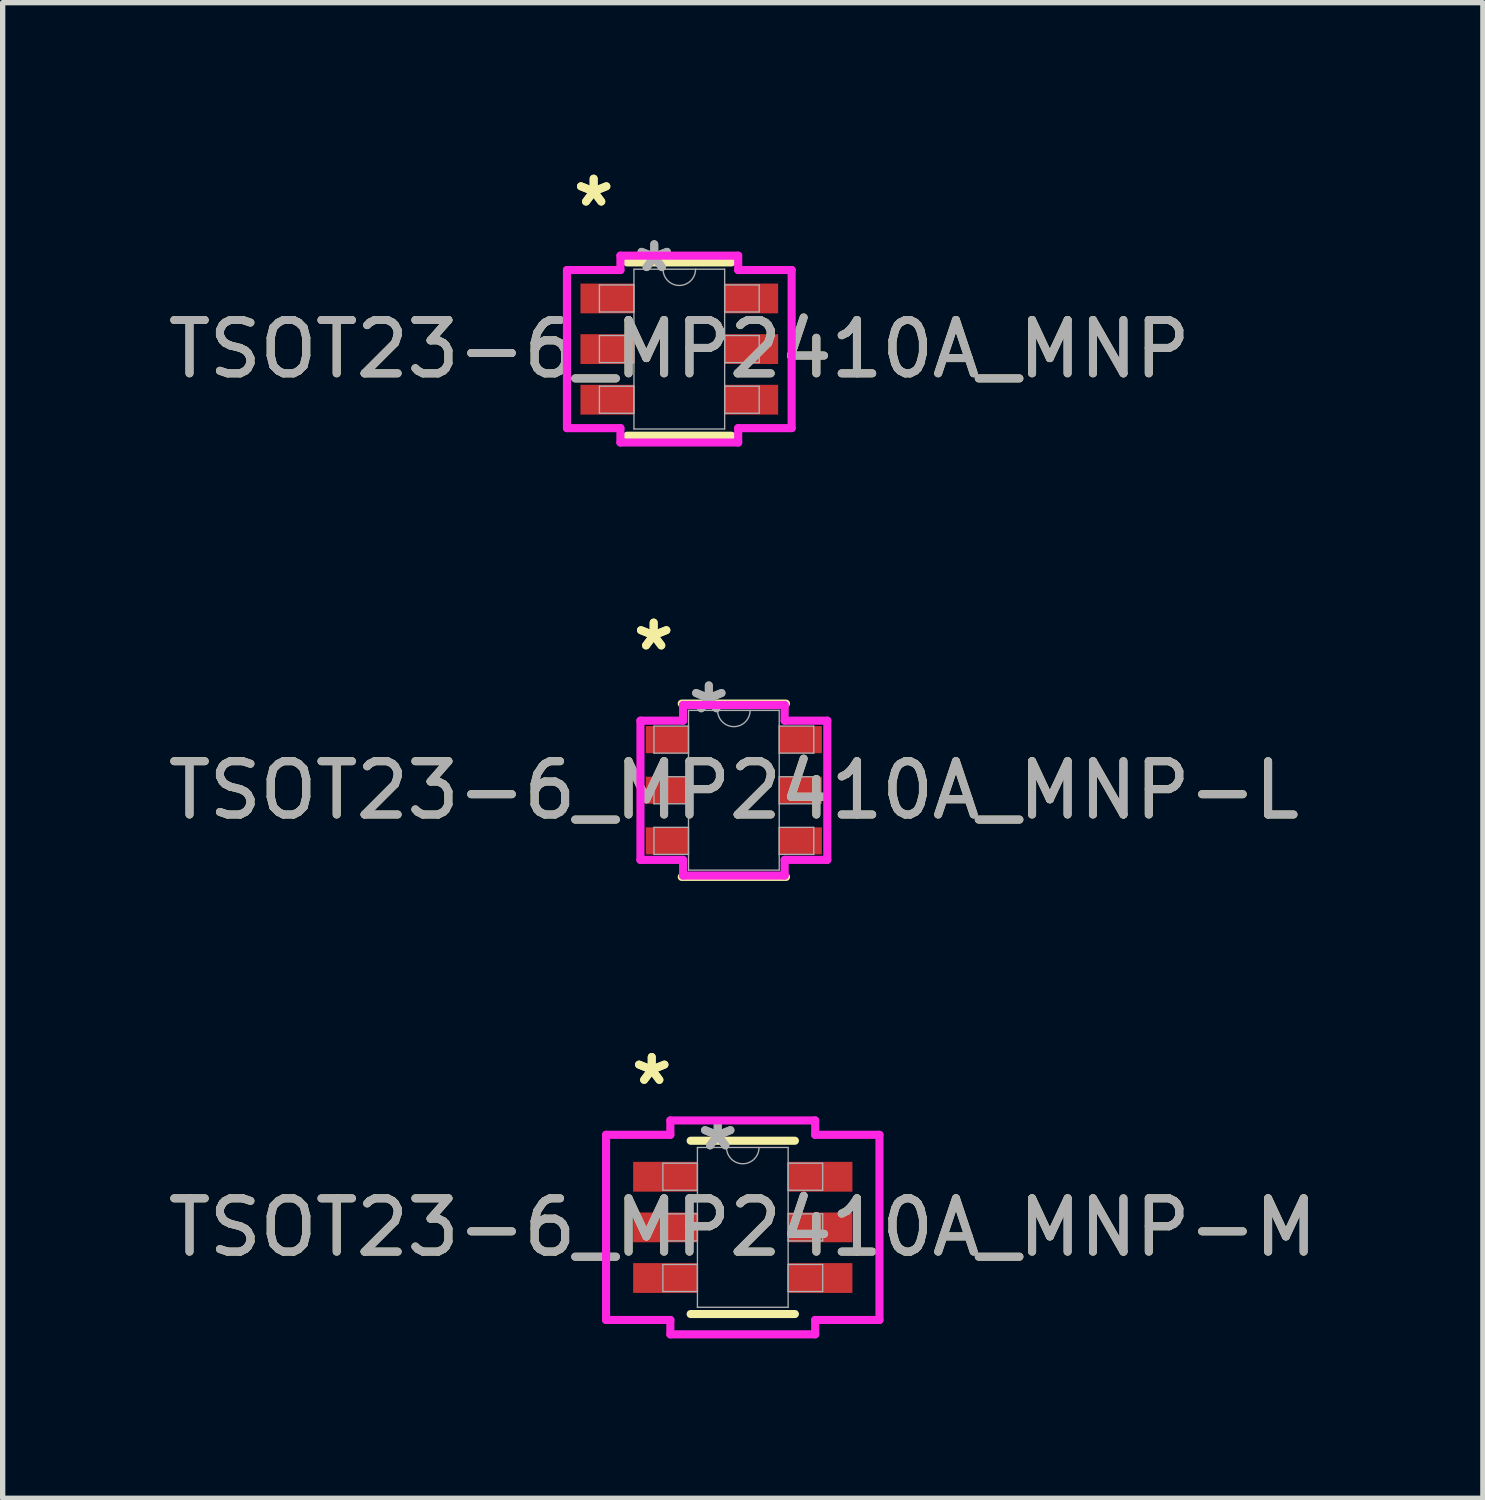
<source format=kicad_pcb>
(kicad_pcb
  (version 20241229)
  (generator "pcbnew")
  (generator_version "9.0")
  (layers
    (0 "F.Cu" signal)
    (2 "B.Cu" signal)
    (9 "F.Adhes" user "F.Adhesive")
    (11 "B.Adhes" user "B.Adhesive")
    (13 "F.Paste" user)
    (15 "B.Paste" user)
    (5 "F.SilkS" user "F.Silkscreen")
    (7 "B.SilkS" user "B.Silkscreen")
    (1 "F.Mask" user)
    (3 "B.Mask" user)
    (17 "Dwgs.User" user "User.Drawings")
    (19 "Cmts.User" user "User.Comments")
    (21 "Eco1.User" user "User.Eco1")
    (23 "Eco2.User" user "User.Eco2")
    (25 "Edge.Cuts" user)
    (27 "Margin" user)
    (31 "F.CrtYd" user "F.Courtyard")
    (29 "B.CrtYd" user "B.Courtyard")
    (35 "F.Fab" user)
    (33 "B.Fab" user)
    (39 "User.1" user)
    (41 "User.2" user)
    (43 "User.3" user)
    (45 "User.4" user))
  (footprint "TSOT23-6_MP2410A_MNP"
    (layer "F.Cu")
    (at 9.696 3.5)
    (property "Reference" "TSOT23-6_MP2410A_MNP" (at 0 0 0) (unlocked yes) (layer "F.SilkS") (effects (font (size 1 1) (thickness 0.15))))
    (attr smd)
    (fp_line (start -0.978 1.626) (end 0.978 1.626) (stroke (width 0.152) (type solid)) (layer "F.SilkS"))
    (fp_line (start 0.978 -1.626) (end -0.978 -1.626) (stroke (width 0.152) (type solid)) (layer "F.SilkS"))
    (fp_line (start -2.108 -1.483) (end -1.105 -1.483) (stroke (width 0.152) (type solid)) (layer "F.CrtYd"))
    (fp_line (start -2.108 1.483) (end -2.108 -1.483) (stroke (width 0.152) (type solid)) (layer "F.CrtYd"))
    (fp_line (start -2.108 1.483) (end -1.105 1.483) (stroke (width 0.152) (type solid)) (layer "F.CrtYd"))
    (fp_line (start -1.105 -1.753) (end 1.105 -1.753) (stroke (width 0.152) (type solid)) (layer "F.CrtYd"))
    (fp_line (start -1.105 -1.483) (end -1.105 -1.753) (stroke (width 0.152) (type solid)) (layer "F.CrtYd"))
    (fp_line (start -1.105 1.753) (end -1.105 1.483) (stroke (width 0.152) (type solid)) (layer "F.CrtYd"))
    (fp_line (start 1.105 -1.753) (end 1.105 -1.483) (stroke (width 0.152) (type solid)) (layer "F.CrtYd"))
    (fp_line (start 1.105 1.483) (end 1.105 1.753) (stroke (width 0.152) (type solid)) (layer "F.CrtYd"))
    (fp_line (start 1.105 1.753) (end -1.105 1.753) (stroke (width 0.152) (type solid)) (layer "F.CrtYd"))
    (fp_line (start 2.108 -1.483) (end 1.105 -1.483) (stroke (width 0.152) (type solid)) (layer "F.CrtYd"))
    (fp_line (start 2.108 -1.483) (end 2.108 1.483) (stroke (width 0.152) (type solid)) (layer "F.CrtYd"))
    (fp_line (start 2.108 1.483) (end 1.105 1.483) (stroke (width 0.152) (type solid)) (layer "F.CrtYd"))
    (fp_line (start -1.499 -1.204) (end -1.499 -0.696) (stroke (width 0.025) (type solid)) (layer "F.Fab"))
    (fp_line (start -1.499 -0.696) (end -0.851 -0.696) (stroke (width 0.025) (type solid)) (layer "F.Fab"))
    (fp_line (start -1.499 -0.254) (end -1.499 0.254) (stroke (width 0.025) (type solid)) (layer "F.Fab"))
    (fp_line (start -1.499 0.254) (end -0.851 0.254) (stroke (width 0.025) (type solid)) (layer "F.Fab"))
    (fp_line (start -1.499 0.696) (end -1.499 1.204) (stroke (width 0.025) (type solid)) (layer "F.Fab"))
    (fp_line (start -1.499 1.204) (end -0.851 1.204) (stroke (width 0.025) (type solid)) (layer "F.Fab"))
    (fp_line (start -0.851 -1.499) (end -0.851 1.499) (stroke (width 0.025) (type solid)) (layer "F.Fab"))
    (fp_line (start -0.851 -1.204) (end -1.499 -1.204) (stroke (width 0.025) (type solid)) (layer "F.Fab"))
    (fp_line (start -0.851 -0.696) (end -0.851 -1.204) (stroke (width 0.025) (type solid)) (layer "F.Fab"))
    (fp_line (start -0.851 -0.254) (end -1.499 -0.254) (stroke (width 0.025) (type solid)) (layer "F.Fab"))
    (fp_line (start -0.851 0.254) (end -0.851 -0.254) (stroke (width 0.025) (type solid)) (layer "F.Fab"))
    (fp_line (start -0.851 0.696) (end -1.499 0.696) (stroke (width 0.025) (type solid)) (layer "F.Fab"))
    (fp_line (start -0.851 1.204) (end -0.851 0.696) (stroke (width 0.025) (type solid)) (layer "F.Fab"))
    (fp_line (start -0.851 1.499) (end 0.851 1.499) (stroke (width 0.025) (type solid)) (layer "F.Fab"))
    (fp_line (start 0.851 -1.499) (end -0.851 -1.499) (stroke (width 0.025) (type solid)) (layer "F.Fab"))
    (fp_line (start 0.851 -1.204) (end 0.851 -0.696) (stroke (width 0.025) (type solid)) (layer "F.Fab"))
    (fp_line (start 0.851 -0.696) (end 1.499 -0.696) (stroke (width 0.025) (type solid)) (layer "F.Fab"))
    (fp_line (start 0.851 -0.254) (end 0.851 0.254) (stroke (width 0.025) (type solid)) (layer "F.Fab"))
    (fp_line (start 0.851 0.254) (end 1.499 0.254) (stroke (width 0.025) (type solid)) (layer "F.Fab"))
    (fp_line (start 0.851 0.696) (end 0.851 1.204) (stroke (width 0.025) (type solid)) (layer "F.Fab"))
    (fp_line (start 0.851 1.204) (end 1.499 1.204) (stroke (width 0.025) (type solid)) (layer "F.Fab"))
    (fp_line (start 0.851 1.499) (end 0.851 -1.499) (stroke (width 0.025) (type solid)) (layer "F.Fab"))
    (fp_line (start 1.499 -1.204) (end 0.851 -1.204) (stroke (width 0.025) (type solid)) (layer "F.Fab"))
    (fp_line (start 1.499 -0.696) (end 1.499 -1.204) (stroke (width 0.025) (type solid)) (layer "F.Fab"))
    (fp_line (start 1.499 -0.254) (end 0.851 -0.254) (stroke (width 0.025) (type solid)) (layer "F.Fab"))
    (fp_line (start 1.499 0.254) (end 1.499 -0.254) (stroke (width 0.025) (type solid)) (layer "F.Fab"))
    (fp_line (start 1.499 0.696) (end 0.851 0.696) (stroke (width 0.025) (type solid)) (layer "F.Fab"))
    (fp_line (start 1.499 1.204) (end 1.499 0.696) (stroke (width 0.025) (type solid)) (layer "F.Fab"))
    (fp_arc (start 0.3048 -1.4986) (mid 0 -1.1938) (end -0.3048 -1.4986) (stroke (width 0.0254) (type solid)) (layer "F.Fab"))
    (fp_text user "*" (at -1.607 -2.652 0) (unlocked yes) (layer "F.SilkS") (effects (font (size 1 1) (thickness 0.15))))
    (fp_text user "*" (at -1.607 -2.652 0) (layer "F.SilkS") (effects (font (size 1 1) (thickness 0.15))))
    (fp_text user "*" (at -0.47 -1.422 0) (unlocked yes) (layer "F.Fab") (effects (font (size 1 1) (thickness 0.15))))
    (fp_text user "*" (at -0.47 -1.422 0) (layer "F.Fab") (effects (font (size 1 1) (thickness 0.15))))
    (fp_text user "${REFERENCE}" (at 0 0 0) (unlocked yes) (layer "F.Fab") (effects (font (size 1 1) (thickness 0.15))))
    (pad "1" smd rect (at -1.353 -0.95) (size 1.003 0.559) (layers "F.Cu" "F.Mask" "F.Paste"))
    (pad "2" smd rect (at -1.353 0) (size 1.003 0.559) (layers "F.Cu" "F.Mask" "F.Paste"))
    (pad "3" smd rect (at -1.353 0.95) (size 1.003 0.559) (layers "F.Cu" "F.Mask" "F.Paste"))
    (pad "4" smd rect (at 1.353 0.95) (size 1.003 0.559) (layers "F.Cu" "F.Mask" "F.Paste"))
    (pad "5" smd rect (at 1.353 0) (size 1.003 0.559) (layers "F.Cu" "F.Mask" "F.Paste"))
    (pad "6" smd rect (at 1.353 -0.95) (size 1.003 0.559) (layers "F.Cu" "F.Mask" "F.Paste")))
  (footprint "TSOT23-6_MP2410A_MNP-L"
    (layer "F.Cu")
    (at 10.72 11.778)
    (property "Reference" "TSOT23-6_MP2410A_MNP-L" (at 0 0 0) (unlocked yes) (layer "F.SilkS") (effects (font (size 1 1) (thickness 0.15))))
    (attr smd)
    (fp_line (start -0.978 1.626) (end 0.978 1.626) (stroke (width 0.152) (type solid)) (layer "F.SilkS"))
    (fp_line (start 0.978 -1.626) (end -0.978 -1.626) (stroke (width 0.152) (type solid)) (layer "F.SilkS"))
    (fp_line (start -1.753 -1.306) (end -0.953 -1.306) (stroke (width 0.152) (type solid)) (layer "F.CrtYd"))
    (fp_line (start -1.753 1.306) (end -1.753 -1.306) (stroke (width 0.152) (type solid)) (layer "F.CrtYd"))
    (fp_line (start -1.753 1.306) (end -0.953 1.306) (stroke (width 0.152) (type solid)) (layer "F.CrtYd"))
    (fp_line (start -0.953 -1.6) (end 0.953 -1.6) (stroke (width 0.152) (type solid)) (layer "F.CrtYd"))
    (fp_line (start -0.953 -1.306) (end -0.953 -1.6) (stroke (width 0.152) (type solid)) (layer "F.CrtYd"))
    (fp_line (start -0.953 1.6) (end -0.953 1.306) (stroke (width 0.152) (type solid)) (layer "F.CrtYd"))
    (fp_line (start 0.953 -1.6) (end 0.953 -1.306) (stroke (width 0.152) (type solid)) (layer "F.CrtYd"))
    (fp_line (start 0.953 1.306) (end 0.953 1.6) (stroke (width 0.152) (type solid)) (layer "F.CrtYd"))
    (fp_line (start 0.953 1.6) (end -0.953 1.6) (stroke (width 0.152) (type solid)) (layer "F.CrtYd"))
    (fp_line (start 1.753 -1.306) (end 0.953 -1.306) (stroke (width 0.152) (type solid)) (layer "F.CrtYd"))
    (fp_line (start 1.753 -1.306) (end 1.753 1.306) (stroke (width 0.152) (type solid)) (layer "F.CrtYd"))
    (fp_line (start 1.753 1.306) (end 0.953 1.306) (stroke (width 0.152) (type solid)) (layer "F.CrtYd"))
    (fp_line (start -1.499 -1.204) (end -1.499 -0.696) (stroke (width 0.025) (type solid)) (layer "F.Fab"))
    (fp_line (start -1.499 -0.696) (end -0.851 -0.696) (stroke (width 0.025) (type solid)) (layer "F.Fab"))
    (fp_line (start -1.499 -0.254) (end -1.499 0.254) (stroke (width 0.025) (type solid)) (layer "F.Fab"))
    (fp_line (start -1.499 0.254) (end -0.851 0.254) (stroke (width 0.025) (type solid)) (layer "F.Fab"))
    (fp_line (start -1.499 0.696) (end -1.499 1.204) (stroke (width 0.025) (type solid)) (layer "F.Fab"))
    (fp_line (start -1.499 1.204) (end -0.851 1.204) (stroke (width 0.025) (type solid)) (layer "F.Fab"))
    (fp_line (start -0.851 -1.499) (end -0.851 1.499) (stroke (width 0.025) (type solid)) (layer "F.Fab"))
    (fp_line (start -0.851 -1.204) (end -1.499 -1.204) (stroke (width 0.025) (type solid)) (layer "F.Fab"))
    (fp_line (start -0.851 -0.696) (end -0.851 -1.204) (stroke (width 0.025) (type solid)) (layer "F.Fab"))
    (fp_line (start -0.851 -0.254) (end -1.499 -0.254) (stroke (width 0.025) (type solid)) (layer "F.Fab"))
    (fp_line (start -0.851 0.254) (end -0.851 -0.254) (stroke (width 0.025) (type solid)) (layer "F.Fab"))
    (fp_line (start -0.851 0.696) (end -1.499 0.696) (stroke (width 0.025) (type solid)) (layer "F.Fab"))
    (fp_line (start -0.851 1.204) (end -0.851 0.696) (stroke (width 0.025) (type solid)) (layer "F.Fab"))
    (fp_line (start -0.851 1.499) (end 0.851 1.499) (stroke (width 0.025) (type solid)) (layer "F.Fab"))
    (fp_line (start 0.851 -1.499) (end -0.851 -1.499) (stroke (width 0.025) (type solid)) (layer "F.Fab"))
    (fp_line (start 0.851 -1.204) (end 0.851 -0.696) (stroke (width 0.025) (type solid)) (layer "F.Fab"))
    (fp_line (start 0.851 -0.696) (end 1.499 -0.696) (stroke (width 0.025) (type solid)) (layer "F.Fab"))
    (fp_line (start 0.851 -0.254) (end 0.851 0.254) (stroke (width 0.025) (type solid)) (layer "F.Fab"))
    (fp_line (start 0.851 0.254) (end 1.499 0.254) (stroke (width 0.025) (type solid)) (layer "F.Fab"))
    (fp_line (start 0.851 0.696) (end 0.851 1.204) (stroke (width 0.025) (type solid)) (layer "F.Fab"))
    (fp_line (start 0.851 1.204) (end 1.499 1.204) (stroke (width 0.025) (type solid)) (layer "F.Fab"))
    (fp_line (start 0.851 1.499) (end 0.851 -1.499) (stroke (width 0.025) (type solid)) (layer "F.Fab"))
    (fp_line (start 1.499 -1.204) (end 0.851 -1.204) (stroke (width 0.025) (type solid)) (layer "F.Fab"))
    (fp_line (start 1.499 -0.696) (end 1.499 -1.204) (stroke (width 0.025) (type solid)) (layer "F.Fab"))
    (fp_line (start 1.499 -0.254) (end 0.851 -0.254) (stroke (width 0.025) (type solid)) (layer "F.Fab"))
    (fp_line (start 1.499 0.254) (end 1.499 -0.254) (stroke (width 0.025) (type solid)) (layer "F.Fab"))
    (fp_line (start 1.499 0.696) (end 0.851 0.696) (stroke (width 0.025) (type solid)) (layer "F.Fab"))
    (fp_line (start 1.499 1.204) (end 1.499 0.696) (stroke (width 0.025) (type solid)) (layer "F.Fab"))
    (fp_arc (start 0.3048 -1.4986) (mid 0 -1.1938) (end -0.3048 -1.4986) (stroke (width 0.0254) (type solid)) (layer "F.Fab"))
    (fp_text user "*" (at -1.505 -2.601 0) (unlocked yes) (layer "F.SilkS") (effects (font (size 1 1) (thickness 0.15))))
    (fp_text user "*" (at -1.505 -2.601 0) (layer "F.SilkS") (effects (font (size 1 1) (thickness 0.15))))
    (fp_text user "*" (at -0.47 -1.422 0) (unlocked yes) (layer "F.Fab") (effects (font (size 1 1) (thickness 0.15))))
    (fp_text user "${REFERENCE}" (at 0 0 0) (unlocked yes) (layer "F.Fab") (effects (font (size 1 1) (thickness 0.15))))
    (fp_text user "*" (at -0.47 -1.422 0) (layer "F.Fab") (effects (font (size 1 1) (thickness 0.15))))
    (pad "1" smd rect (at -1.251 -0.95) (size 0.8 0.508) (layers "F.Cu" "F.Mask" "F.Paste"))
    (pad "2" smd rect (at -1.251 0) (size 0.8 0.508) (layers "F.Cu" "F.Mask" "F.Paste"))
    (pad "3" smd rect (at -1.251 0.95) (size 0.8 0.508) (layers "F.Cu" "F.Mask" "F.Paste"))
    (pad "4" smd rect (at 1.251 0.95) (size 0.8 0.508) (layers "F.Cu" "F.Mask" "F.Paste"))
    (pad "5" smd rect (at 1.251 0) (size 0.8 0.508) (layers "F.Cu" "F.Mask" "F.Paste"))
    (pad "6" smd rect (at 1.251 -0.95) (size 0.8 0.508) (layers "F.Cu" "F.Mask" "F.Paste")))
  (footprint "TSOT23-6_MP2410A_MNP-M"
    (layer "F.Cu")
    (at 10.887 19.98)
    (property "Reference" "TSOT23-6_MP2410A_MNP-M" (at 0 0 0) (unlocked yes) (layer "F.SilkS") (effects (font (size 1 1) (thickness 0.15))))
    (attr smd)
    (fp_line (start -0.978 1.626) (end 0.978 1.626) (stroke (width 0.152) (type solid)) (layer "F.SilkS"))
    (fp_line (start 0.978 -1.626) (end -0.978 -1.626) (stroke (width 0.152) (type solid)) (layer "F.SilkS"))
    (fp_line (start -2.565 -1.737) (end -1.359 -1.737) (stroke (width 0.152) (type solid)) (layer "F.CrtYd"))
    (fp_line (start -2.565 1.737) (end -2.565 -1.737) (stroke (width 0.152) (type solid)) (layer "F.CrtYd"))
    (fp_line (start -2.565 1.737) (end -1.359 1.737) (stroke (width 0.152) (type solid)) (layer "F.CrtYd"))
    (fp_line (start -1.359 -2.007) (end 1.359 -2.007) (stroke (width 0.152) (type solid)) (layer "F.CrtYd"))
    (fp_line (start -1.359 -1.737) (end -1.359 -2.007) (stroke (width 0.152) (type solid)) (layer "F.CrtYd"))
    (fp_line (start -1.359 2.007) (end -1.359 1.737) (stroke (width 0.152) (type solid)) (layer "F.CrtYd"))
    (fp_line (start 1.359 -2.007) (end 1.359 -1.737) (stroke (width 0.152) (type solid)) (layer "F.CrtYd"))
    (fp_line (start 1.359 1.737) (end 1.359 2.007) (stroke (width 0.152) (type solid)) (layer "F.CrtYd"))
    (fp_line (start 1.359 2.007) (end -1.359 2.007) (stroke (width 0.152) (type solid)) (layer "F.CrtYd"))
    (fp_line (start 2.565 -1.737) (end 1.359 -1.737) (stroke (width 0.152) (type solid)) (layer "F.CrtYd"))
    (fp_line (start 2.565 -1.737) (end 2.565 1.737) (stroke (width 0.152) (type solid)) (layer "F.CrtYd"))
    (fp_line (start 2.565 1.737) (end 1.359 1.737) (stroke (width 0.152) (type solid)) (layer "F.CrtYd"))
    (fp_line (start -1.499 -1.204) (end -1.499 -0.696) (stroke (width 0.025) (type solid)) (layer "F.Fab"))
    (fp_line (start -1.499 -0.696) (end -0.851 -0.696) (stroke (width 0.025) (type solid)) (layer "F.Fab"))
    (fp_line (start -1.499 -0.254) (end -1.499 0.254) (stroke (width 0.025) (type solid)) (layer "F.Fab"))
    (fp_line (start -1.499 0.254) (end -0.851 0.254) (stroke (width 0.025) (type solid)) (layer "F.Fab"))
    (fp_line (start -1.499 0.696) (end -1.499 1.204) (stroke (width 0.025) (type solid)) (layer "F.Fab"))
    (fp_line (start -1.499 1.204) (end -0.851 1.204) (stroke (width 0.025) (type solid)) (layer "F.Fab"))
    (fp_line (start -0.851 -1.499) (end -0.851 1.499) (stroke (width 0.025) (type solid)) (layer "F.Fab"))
    (fp_line (start -0.851 -1.204) (end -1.499 -1.204) (stroke (width 0.025) (type solid)) (layer "F.Fab"))
    (fp_line (start -0.851 -0.696) (end -0.851 -1.204) (stroke (width 0.025) (type solid)) (layer "F.Fab"))
    (fp_line (start -0.851 -0.254) (end -1.499 -0.254) (stroke (width 0.025) (type solid)) (layer "F.Fab"))
    (fp_line (start -0.851 0.254) (end -0.851 -0.254) (stroke (width 0.025) (type solid)) (layer "F.Fab"))
    (fp_line (start -0.851 0.696) (end -1.499 0.696) (stroke (width 0.025) (type solid)) (layer "F.Fab"))
    (fp_line (start -0.851 1.204) (end -0.851 0.696) (stroke (width 0.025) (type solid)) (layer "F.Fab"))
    (fp_line (start -0.851 1.499) (end 0.851 1.499) (stroke (width 0.025) (type solid)) (layer "F.Fab"))
    (fp_line (start 0.851 -1.499) (end -0.851 -1.499) (stroke (width 0.025) (type solid)) (layer "F.Fab"))
    (fp_line (start 0.851 -1.204) (end 0.851 -0.696) (stroke (width 0.025) (type solid)) (layer "F.Fab"))
    (fp_line (start 0.851 -0.696) (end 1.499 -0.696) (stroke (width 0.025) (type solid)) (layer "F.Fab"))
    (fp_line (start 0.851 -0.254) (end 0.851 0.254) (stroke (width 0.025) (type solid)) (layer "F.Fab"))
    (fp_line (start 0.851 0.254) (end 1.499 0.254) (stroke (width 0.025) (type solid)) (layer "F.Fab"))
    (fp_line (start 0.851 0.696) (end 0.851 1.204) (stroke (width 0.025) (type solid)) (layer "F.Fab"))
    (fp_line (start 0.851 1.204) (end 1.499 1.204) (stroke (width 0.025) (type solid)) (layer "F.Fab"))
    (fp_line (start 0.851 1.499) (end 0.851 -1.499) (stroke (width 0.025) (type solid)) (layer "F.Fab"))
    (fp_line (start 1.499 -1.204) (end 0.851 -1.204) (stroke (width 0.025) (type solid)) (layer "F.Fab"))
    (fp_line (start 1.499 -0.696) (end 1.499 -1.204) (stroke (width 0.025) (type solid)) (layer "F.Fab"))
    (fp_line (start 1.499 -0.254) (end 0.851 -0.254) (stroke (width 0.025) (type solid)) (layer "F.Fab"))
    (fp_line (start 1.499 0.254) (end 1.499 -0.254) (stroke (width 0.025) (type solid)) (layer "F.Fab"))
    (fp_line (start 1.499 0.696) (end 0.851 0.696) (stroke (width 0.025) (type solid)) (layer "F.Fab"))
    (fp_line (start 1.499 1.204) (end 1.499 0.696) (stroke (width 0.025) (type solid)) (layer "F.Fab"))
    (fp_arc (start 0.3048 -1.4986) (mid 0 -1.1938) (end -0.3048 -1.4986) (stroke (width 0.0254) (type solid)) (layer "F.Fab"))
    (fp_text user "*" (at -1.708 -2.652 0) (layer "F.SilkS") (effects (font (size 1 1) (thickness 0.15))))
    (fp_text user "*" (at -1.708 -2.652 0) (unlocked yes) (layer "F.SilkS") (effects (font (size 1 1) (thickness 0.15))))
    (fp_text user "*" (at -0.47 -1.422 0) (unlocked yes) (layer "F.Fab") (effects (font (size 1 1) (thickness 0.15))))
    (fp_text user "*" (at -0.47 -1.422 0) (layer "F.Fab") (effects (font (size 1 1) (thickness 0.15))))
    (fp_text user "${REFERENCE}" (at 0 0 0) (unlocked yes) (layer "F.Fab") (effects (font (size 1 1) (thickness 0.15))))
    (pad "1" smd rect (at -1.454 -0.95) (size 1.206 0.559) (layers "F.Cu" "F.Mask" "F.Paste"))
    (pad "2" smd rect (at -1.454 0) (size 1.206 0.559) (layers "F.Cu" "F.Mask" "F.Paste"))
    (pad "3" smd rect (at -1.454 0.95) (size 1.206 0.559) (layers "F.Cu" "F.Mask" "F.Paste"))
    (pad "4" smd rect (at 1.454 0.95) (size 1.206 0.559) (layers "F.Cu" "F.Mask" "F.Paste"))
    (pad "5" smd rect (at 1.454 0) (size 1.206 0.559) (layers "F.Cu" "F.Mask" "F.Paste"))
    (pad "6" smd rect (at 1.454 -0.95) (size 1.206 0.559) (layers "F.Cu" "F.Mask" "F.Paste")))
  (gr_rect
    (start -3 -3)
    (end 24.774 25.063)
    (stroke (width 0.1) (type default))
    (fill no)
    (layer "Edge.Cuts")))
</source>
